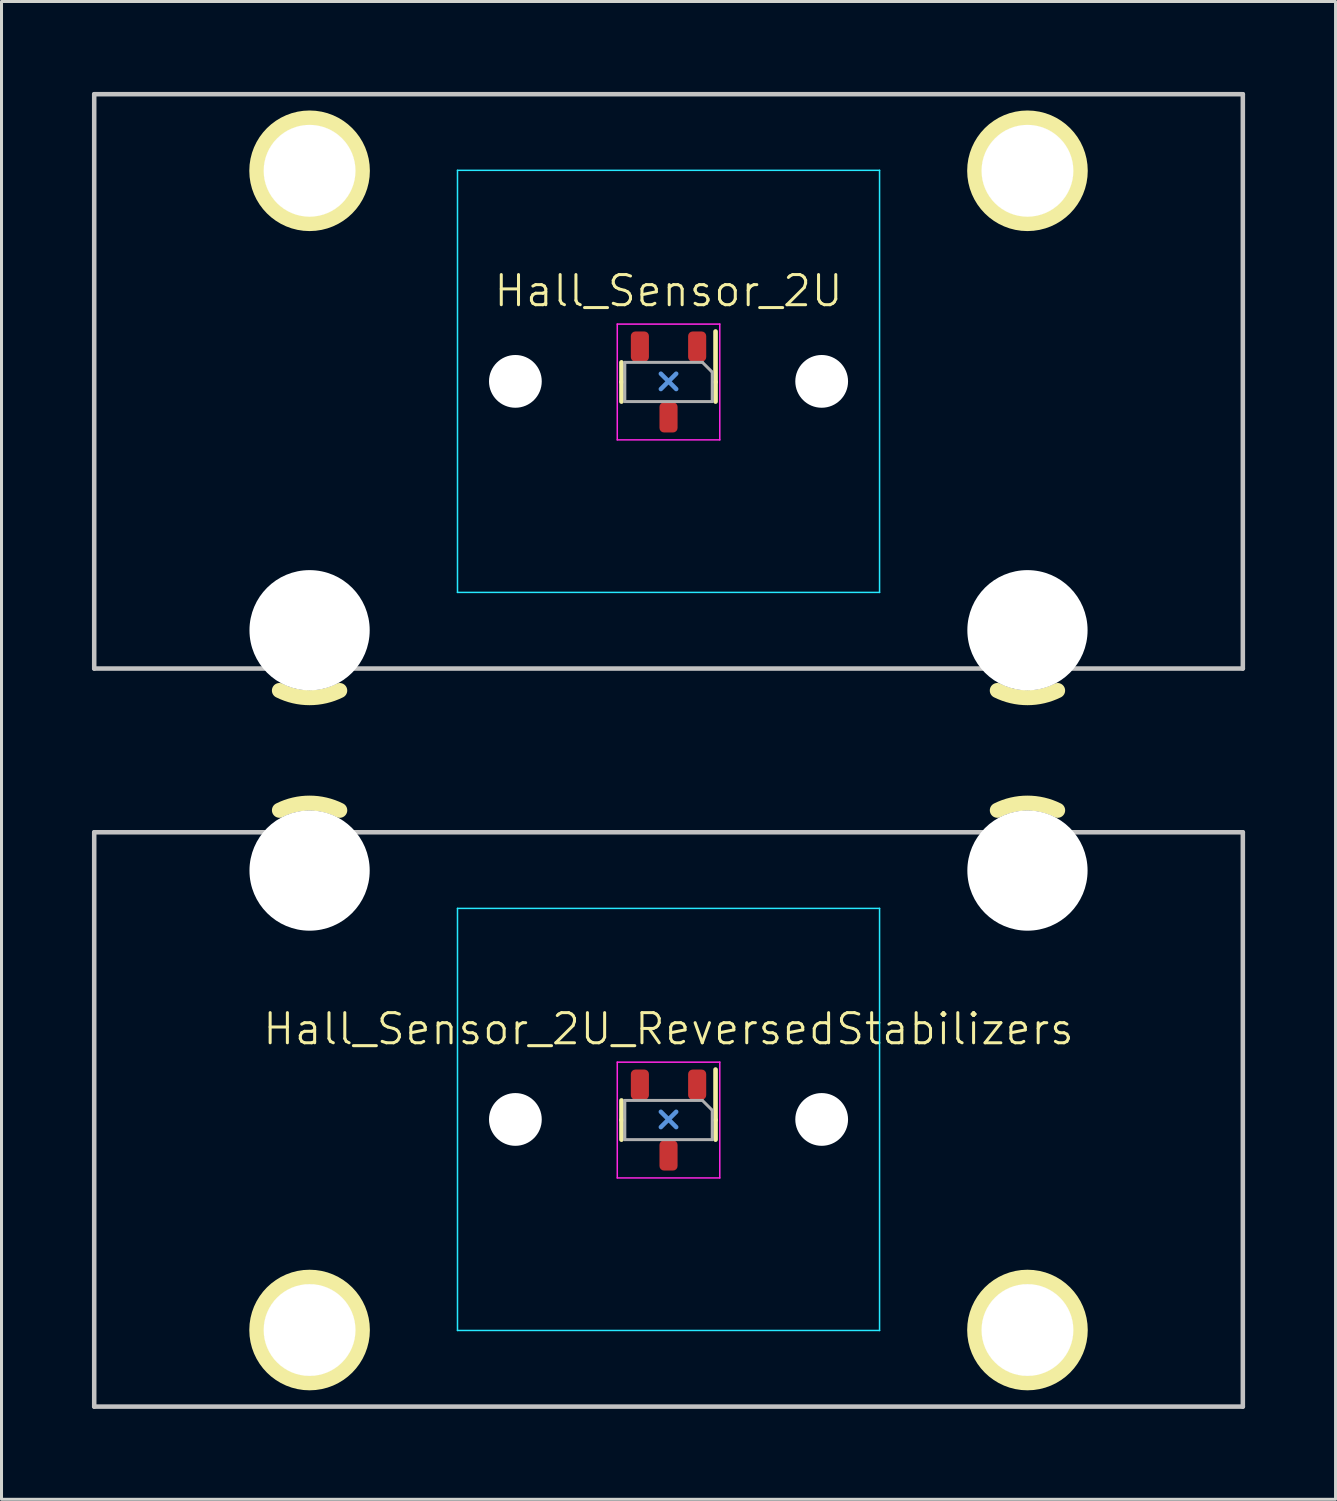
<source format=kicad_pcb>
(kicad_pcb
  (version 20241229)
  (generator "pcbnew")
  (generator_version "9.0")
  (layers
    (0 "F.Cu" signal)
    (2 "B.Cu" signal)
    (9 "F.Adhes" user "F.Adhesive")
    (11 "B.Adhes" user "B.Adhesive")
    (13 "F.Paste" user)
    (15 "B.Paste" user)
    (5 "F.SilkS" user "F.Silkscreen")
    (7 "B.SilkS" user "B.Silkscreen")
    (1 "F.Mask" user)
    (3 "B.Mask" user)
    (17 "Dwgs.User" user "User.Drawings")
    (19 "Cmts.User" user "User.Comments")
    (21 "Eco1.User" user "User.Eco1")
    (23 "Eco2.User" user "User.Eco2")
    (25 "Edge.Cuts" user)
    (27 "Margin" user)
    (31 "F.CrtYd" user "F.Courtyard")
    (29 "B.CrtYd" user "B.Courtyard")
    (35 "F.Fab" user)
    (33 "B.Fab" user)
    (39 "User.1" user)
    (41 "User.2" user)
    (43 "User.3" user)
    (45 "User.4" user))
  (footprint "Hall_Sensor_2U_ReversedStabilizers"
    (layer "F.Cu")
    (at 19.125 34.082)
    (property "Reference" "Hall_Sensor_2U_ReversedStabilizers" (at 0 -3 0) (unlocked yes) (layer "F.SilkS") (effects (font (size 1 1) (thickness 0.1))))
    (attr smd)
    (fp_line (start -1.56 -0.63) (end -1.56 0.02) (stroke (width 0.153) (type solid)) (layer "F.SilkS"))
    (fp_line (start -1.56 0.67) (end -1.56 0.02) (stroke (width 0.153) (type solid)) (layer "F.SilkS"))
    (fp_line (start 1.56 -1.655) (end 1.56 0.02) (stroke (width 0.153) (type solid)) (layer "F.SilkS"))
    (fp_line (start 1.56 0.67) (end 1.56 0.02) (stroke (width 0.153) (type solid)) (layer "F.SilkS"))
    (fp_arc (start -12.905199 -10.255525) (mid -11.905663 -10.491068) (end -10.90625 -10.255) (stroke (width 0.5) (type solid)) (layer "F.SilkS"))
    (fp_arc (start 10.907301 -10.255525) (mid 11.906837 -10.491068) (end 12.90625 -10.255) (stroke (width 0.5) (type solid)) (layer "F.SilkS"))
    (fp_circle (center -11.906 6.985) (end -10.156 6.985) (stroke (width 0.5) (type solid)) (fill no) (layer "F.SilkS"))
    (fp_circle (center 11.906 6.985) (end 13.656 6.985) (stroke (width 0.5) (type solid)) (fill no) (layer "F.SilkS"))
    (fp_line (start -19.05 -9.525) (end 19.05 -9.525) (stroke (width 0.15) (type solid)) (layer "Dwgs.User"))
    (fp_line (start -19.05 9.525) (end -19.05 -9.525) (stroke (width 0.15) (type solid)) (layer "Dwgs.User"))
    (fp_line (start -19.05 9.525) (end 19.05 9.525) (stroke (width 0.15) (type solid)) (layer "Dwgs.User"))
    (fp_line (start 19.05 -9.525) (end 19.05 9.525) (stroke (width 0.15) (type solid)) (layer "Dwgs.User"))
    (fp_line (start 0.254 -0.254) (end -0.254 0.254) (stroke (width 0.15) (type default)) (layer "Cmts.User"))
    (fp_line (start 0.254 0.254) (end -0.254 -0.254) (stroke (width 0.15) (type default)) (layer "Cmts.User"))
    (fp_line (start -7 -6.5) (end -7 6.5) (stroke (width 0.15) (type solid)) (layer "Eco2.User"))
    (fp_line (start -6.5 7) (end 6.5 7) (stroke (width 0.15) (type solid)) (layer "Eco2.User"))
    (fp_line (start 6.5 -7) (end -6.5 -7) (stroke (width 0.15) (type solid)) (layer "Eco2.User"))
    (fp_line (start 7 6.5) (end 7 -6.5) (stroke (width 0.15) (type solid)) (layer "Eco2.User"))
    (fp_arc (start -7 -6.500001) (mid -6.853553 -6.853553) (end -6.500001 -7) (stroke (width 0.15) (type solid)) (layer "Eco2.User"))
    (fp_arc (start -6.500001 7) (mid -6.853553 6.853553) (end -7 6.500001) (stroke (width 0.15) (type solid)) (layer "Eco2.User"))
    (fp_arc (start 6.500001 -7) (mid 6.853553 -6.853553) (end 7 -6.500001) (stroke (width 0.15) (type solid)) (layer "Eco2.User"))
    (fp_arc (start 6.997236 6.498884) (mid 6.850791 6.852425) (end 6.497236 6.998884) (stroke (width 0.15) (type solid)) (layer "Eco2.User"))
    (fp_line (start -7 -7) (end -7 7) (stroke (width 0.05) (type solid)) (layer "B.CrtYd"))
    (fp_line (start -7 7) (end 7 7) (stroke (width 0.05) (type solid)) (layer "B.CrtYd"))
    (fp_line (start 7 -7) (end -7 -7) (stroke (width 0.05) (type solid)) (layer "B.CrtYd"))
    (fp_line (start 7 7) (end 7 -7) (stroke (width 0.05) (type solid)) (layer "B.CrtYd"))
    (fp_line (start -1.7 -1.9) (end 1.7 -1.9) (stroke (width 0.05) (type solid)) (layer "F.CrtYd"))
    (fp_line (start -1.7 1.94) (end -1.7 -1.9) (stroke (width 0.05) (type solid)) (layer "F.CrtYd"))
    (fp_line (start 1.7 -1.9) (end 1.7 1.94) (stroke (width 0.05) (type solid)) (layer "F.CrtYd"))
    (fp_line (start 1.7 1.94) (end -1.7 1.94) (stroke (width 0.05) (type solid)) (layer "F.CrtYd"))
    (fp_line (start -1.45 -0.63) (end -1.45 0.67) (stroke (width 0.1) (type solid)) (layer "F.Fab"))
    (fp_line (start -1.45 0.67) (end 1.45 0.67) (stroke (width 0.1) (type solid)) (layer "F.Fab"))
    (fp_line (start 1.125 -0.63) (end -1.45 -0.63) (stroke (width 0.1) (type solid)) (layer "F.Fab"))
    (fp_line (start 1.45 -0.305) (end 1.125 -0.63) (stroke (width 0.1) (type solid)) (layer "F.Fab"))
    (fp_line (start 1.45 0.67) (end 1.45 -0.305) (stroke (width 0.1) (type solid)) (layer "F.Fab"))
    (pad "" np_thru_hole circle (at -11.906 -8.255 180) (size 3.988 3.988) (drill 3.988) (layers "*.Cu" "*.Mask"))
    (pad "" np_thru_hole circle (at -11.906 6.985 180) (size 3.048 3.048) (drill 3.048) (layers "*.Cu" "*.Mask"))
    (pad "" np_thru_hole circle (at -5.08 0) (size 1.75 1.75) (drill 1.75) (layers "*.Cu" "*.Mask"))
    (pad "" np_thru_hole circle (at 5.08 0) (size 1.75 1.75) (drill 1.75) (layers "*.Cu" "*.Mask"))
    (pad "" np_thru_hole circle (at 11.906 -8.255 180) (size 3.988 3.988) (drill 3.988) (layers "*.Cu" "*.Mask"))
    (pad "" np_thru_hole circle (at 11.906 6.985 180) (size 3.048 3.048) (drill 3.048) (layers "*.Cu" "*.Mask"))
    (pad "1" smd roundrect (at 0.95 -1.155 270) (size 1 0.6) (layers "F.Cu" "F.Mask" "F.Paste") (roundrect_rratio 0.25))
    (pad "2" smd roundrect (at 0 1.195 270) (size 1 0.6) (layers "F.Cu" "F.Mask" "F.Paste") (roundrect_rratio 0.25))
    (pad "3" smd roundrect (at -0.95 -1.155 270) (size 1 0.6) (layers "F.Cu" "F.Mask" "F.Paste") (roundrect_rratio 0.25))
    (zone (net_name "") (layers "F.Cu" "B.Cu") (hatch edge 0.5) (connect_pads) (min_thickness 0.25) (filled_areas_thickness no) (keepout (tracks allowed) (vias allowed) (pads allowed) (copperpour not_allowed) (footprints allowed)) (placement (enabled no)) (fill) (polygon (pts (xy 20.875 34.082) (xy 20.855 33.821) (xy 20.797 33.566) (xy 20.702 33.323) (xy 20.571 33.096) (xy 20.408 32.892) (xy 20.216 32.714) (xy 20 32.567) (xy 19.764 32.453) (xy 19.514 32.376) (xy 19.256 32.337) (xy 18.994 32.337) (xy 18.736 32.376) (xy 18.486 32.453) (xy 18.25 32.567) (xy 18.034 32.714) (xy 17.842 32.892) (xy 17.679 33.096) (xy 17.548 33.323) (xy 17.453 33.566) (xy 17.395 33.821) (xy 17.375 34.082) (xy 17.395 34.343) (xy 17.453 34.598) (xy 17.548 34.841) (xy 17.679 35.068) (xy 17.842 35.272) (xy 18.034 35.45) (xy 18.25 35.598) (xy 18.486 35.711) (xy 18.736 35.788) (xy 18.994 35.827) (xy 19.256 35.827) (xy 19.514 35.788) (xy 19.764 35.711) (xy 20 35.598) (xy 20.216 35.45) (xy 20.408 35.272) (xy 20.571 35.068) (xy 20.702 34.841) (xy 20.797 34.598) (xy 20.855 34.343)))))
  (footprint "Hall_Sensor_2U"
    (layer "F.Cu")
    (at 19.125 9.6)
    (property "Reference" "Hall_Sensor_2U" (at 0 -3 0) (unlocked yes) (layer "F.SilkS") (effects (font (size 1 1) (thickness 0.1))))
    (attr smd)
    (fp_line (start -1.56 -0.63) (end -1.56 0.02) (stroke (width 0.153) (type solid)) (layer "F.SilkS"))
    (fp_line (start -1.56 0.67) (end -1.56 0.02) (stroke (width 0.153) (type solid)) (layer "F.SilkS"))
    (fp_line (start 1.56 -1.655) (end 1.56 0.02) (stroke (width 0.153) (type solid)) (layer "F.SilkS"))
    (fp_line (start 1.56 0.67) (end 1.56 0.02) (stroke (width 0.153) (type solid)) (layer "F.SilkS"))
    (fp_arc (start -10.907301 10.255525) (mid -11.906837 10.491068) (end -12.90625 10.255) (stroke (width 0.5) (type solid)) (layer "F.SilkS"))
    (fp_arc (start 12.905199 10.255525) (mid 11.905663 10.491068) (end 10.90625 10.255) (stroke (width 0.5) (type solid)) (layer "F.SilkS"))
    (fp_circle (center -11.906 -6.985) (end -13.656 -6.985) (stroke (width 0.5) (type solid)) (fill no) (layer "F.SilkS"))
    (fp_circle (center 11.906 -6.985) (end 10.156 -6.985) (stroke (width 0.5) (type solid)) (fill no) (layer "F.SilkS"))
    (fp_line (start -19.05 -9.525) (end 19.05 -9.525) (stroke (width 0.15) (type solid)) (layer "Dwgs.User"))
    (fp_line (start -19.05 9.525) (end -19.05 -9.525) (stroke (width 0.15) (type solid)) (layer "Dwgs.User"))
    (fp_line (start -19.05 9.525) (end 19.05 9.525) (stroke (width 0.15) (type solid)) (layer "Dwgs.User"))
    (fp_line (start 19.05 -9.525) (end 19.05 9.525) (stroke (width 0.15) (type solid)) (layer "Dwgs.User"))
    (fp_line (start 0.254 -0.254) (end -0.254 0.254) (stroke (width 0.15) (type default)) (layer "Cmts.User"))
    (fp_line (start 0.254 0.254) (end -0.254 -0.254) (stroke (width 0.15) (type default)) (layer "Cmts.User"))
    (fp_line (start -7 -6.5) (end -7 6.5) (stroke (width 0.15) (type solid)) (layer "Eco2.User"))
    (fp_line (start -6.5 7) (end 6.5 7) (stroke (width 0.15) (type solid)) (layer "Eco2.User"))
    (fp_line (start 6.5 -7) (end -6.5 -7) (stroke (width 0.15) (type solid)) (layer "Eco2.User"))
    (fp_line (start 7 6.5) (end 7 -6.5) (stroke (width 0.15) (type solid)) (layer "Eco2.User"))
    (fp_arc (start -7 -6.500001) (mid -6.853553 -6.853553) (end -6.500001 -7) (stroke (width 0.15) (type solid)) (layer "Eco2.User"))
    (fp_arc (start -6.500001 7) (mid -6.853553 6.853553) (end -7 6.500001) (stroke (width 0.15) (type solid)) (layer "Eco2.User"))
    (fp_arc (start 6.500001 -7) (mid 6.853553 -6.853553) (end 7 -6.500001) (stroke (width 0.15) (type solid)) (layer "Eco2.User"))
    (fp_arc (start 6.997236 6.498884) (mid 6.850791 6.852425) (end 6.497236 6.998884) (stroke (width 0.15) (type solid)) (layer "Eco2.User"))
    (fp_line (start -7 -7) (end -7 7) (stroke (width 0.05) (type solid)) (layer "B.CrtYd"))
    (fp_line (start -7 7) (end 7 7) (stroke (width 0.05) (type solid)) (layer "B.CrtYd"))
    (fp_line (start 7 -7) (end -7 -7) (stroke (width 0.05) (type solid)) (layer "B.CrtYd"))
    (fp_line (start 7 7) (end 7 -7) (stroke (width 0.05) (type solid)) (layer "B.CrtYd"))
    (fp_line (start -1.7 -1.9) (end 1.7 -1.9) (stroke (width 0.05) (type solid)) (layer "F.CrtYd"))
    (fp_line (start -1.7 1.94) (end -1.7 -1.9) (stroke (width 0.05) (type solid)) (layer "F.CrtYd"))
    (fp_line (start 1.7 -1.9) (end 1.7 1.94) (stroke (width 0.05) (type solid)) (layer "F.CrtYd"))
    (fp_line (start 1.7 1.94) (end -1.7 1.94) (stroke (width 0.05) (type solid)) (layer "F.CrtYd"))
    (fp_line (start -1.45 -0.63) (end -1.45 0.67) (stroke (width 0.1) (type solid)) (layer "F.Fab"))
    (fp_line (start -1.45 0.67) (end 1.45 0.67) (stroke (width 0.1) (type solid)) (layer "F.Fab"))
    (fp_line (start 1.125 -0.63) (end -1.45 -0.63) (stroke (width 0.1) (type solid)) (layer "F.Fab"))
    (fp_line (start 1.45 -0.305) (end 1.125 -0.63) (stroke (width 0.1) (type solid)) (layer "F.Fab"))
    (fp_line (start 1.45 0.67) (end 1.45 -0.305) (stroke (width 0.1) (type solid)) (layer "F.Fab"))
    (pad "" np_thru_hole circle (at -11.906 -6.985) (size 3.048 3.048) (drill 3.048) (layers "*.Cu" "*.Mask"))
    (pad "" np_thru_hole circle (at -11.906 8.255) (size 3.988 3.988) (drill 3.988) (layers "*.Cu" "*.Mask"))
    (pad "" np_thru_hole circle (at -5.08 0) (size 1.75 1.75) (drill 1.75) (layers "*.Cu" "*.Mask"))
    (pad "" np_thru_hole circle (at 5.08 0) (size 1.75 1.75) (drill 1.75) (layers "*.Cu" "*.Mask"))
    (pad "" np_thru_hole circle (at 11.906 -6.985) (size 3.048 3.048) (drill 3.048) (layers "*.Cu" "*.Mask"))
    (pad "" np_thru_hole circle (at 11.906 8.255) (size 3.988 3.988) (drill 3.988) (layers "*.Cu" "*.Mask"))
    (pad "1" smd roundrect (at 0.95 -1.155 270) (size 1 0.6) (layers "F.Cu" "F.Mask" "F.Paste") (roundrect_rratio 0.25))
    (pad "2" smd roundrect (at 0 1.195 270) (size 1 0.6) (layers "F.Cu" "F.Mask" "F.Paste") (roundrect_rratio 0.25))
    (pad "3" smd roundrect (at -0.95 -1.155 270) (size 1 0.6) (layers "F.Cu" "F.Mask" "F.Paste") (roundrect_rratio 0.25))
    (zone (net_name "") (layers "F.Cu" "B.Cu") (hatch edge 0.5) (connect_pads) (min_thickness 0.25) (filled_areas_thickness no) (keepout (tracks allowed) (vias allowed) (pads allowed) (copperpour not_allowed) (footprints allowed)) (placement (enabled no)) (fill) (polygon (pts (xy 20.875 9.6) (xy 20.855 9.339) (xy 20.797 9.084) (xy 20.702 8.841) (xy 20.571 8.614) (xy 20.408 8.41) (xy 20.216 8.232) (xy 20 8.084) (xy 19.764 7.971) (xy 19.514 7.894) (xy 19.256 7.855) (xy 18.994 7.855) (xy 18.736 7.894) (xy 18.486 7.971) (xy 18.25 8.084) (xy 18.034 8.232) (xy 17.842 8.41) (xy 17.679 8.614) (xy 17.548 8.841) (xy 17.453 9.084) (xy 17.395 9.339) (xy 17.375 9.6) (xy 17.395 9.861) (xy 17.453 10.116) (xy 17.548 10.359) (xy 17.679 10.586) (xy 17.842 10.79) (xy 18.034 10.968) (xy 18.25 11.116) (xy 18.486 11.229) (xy 18.736 11.306) (xy 18.994 11.345) (xy 19.256 11.345) (xy 19.514 11.306) (xy 19.764 11.229) (xy 20 11.116) (xy 20.216 10.968) (xy 20.408 10.79) (xy 20.571 10.586) (xy 20.702 10.359) (xy 20.797 10.116) (xy 20.855 9.861)))))
  (gr_rect
    (start -3 -3)
    (end 41.25 46.682)
    (stroke (width 0.1) (type default))
    (fill no)
    (layer "Edge.Cuts")))
</source>
